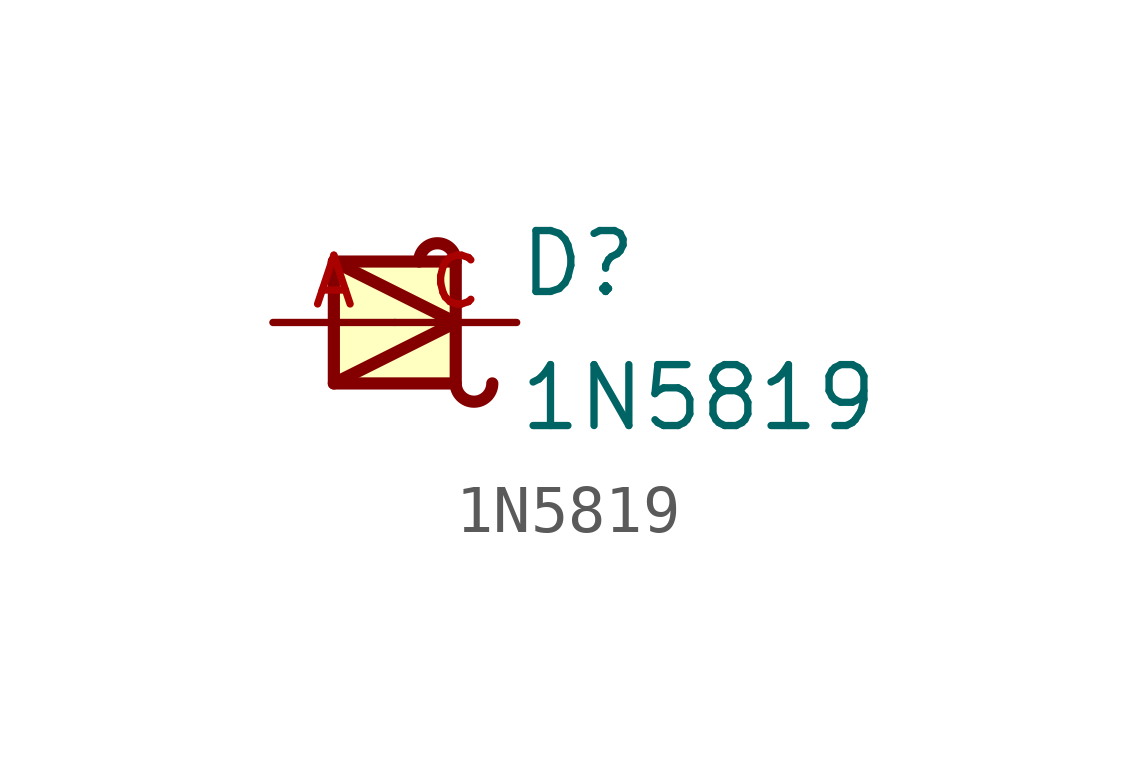
<source format=kicad_sym>
(kicad_symbol_lib
  (version 20241209)
  (generator "kicad_symbol_editor")
  (generator_version "9.0")
  (symbol "1N5819"
    (pin_names
      (offset 1.016))
    (property "Reference" "D"
      (at 2.54 0.483 0)
      (effects (font (size 1.27 1.27)) (justify left bottom)))
    (property "Value" "1N5819"
      (at 2.54 -2.311 0)
      (effects (font (size 1.27 1.27)) (justify left bottom)))
    (symbol "1N5819_0_0"
      (rectangle (start -1.27 -1.27) (end 1.27 1.27) (stroke (width 0.254) (type default)) (fill (type background)))
      (polyline (pts (xy -1.27 -1.27) (xy 1.27 0)) (stroke (width 0.254) (type default)) (fill (type none)))
      (arc (start 0.508 1.27) (mid 0.889 1.6493) (end 1.27 1.27) (stroke (width 0.254) (type default)) (fill (type none)))
      (polyline (pts (xy 1.27 0) (xy -1.27 1.27)) (stroke (width 0.254) (type default)) (fill (type none)))
      (arc (start 2.032 -1.27) (mid 1.651 -1.6493) (end 1.27 -1.27) (stroke (width 0.254) (type default)) (fill (type none)))
      (pin passive line (at -2.54 0 0) (length 2.54) (name "~" (effects (font (size 1.016 1.016)))) (number "A" (effects (font (size 1.016 1.016)))))
      (pin passive line (at 2.54 0 180) (length 2.54) (name "~" (effects (font (size 1.016 1.016)))) (number "C" (effects (font (size 1.016 1.016))))))))
</source>
